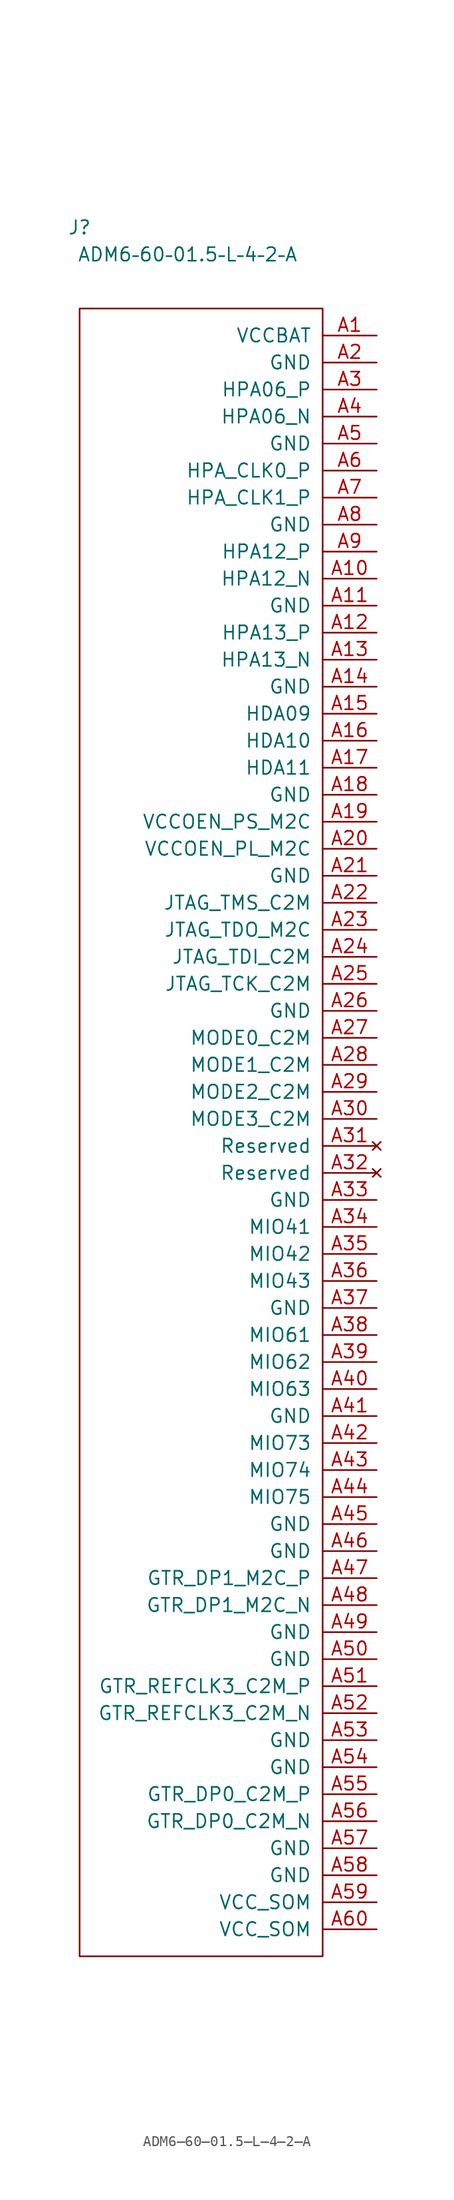
<source format=kicad_sym>
(kicad_symbol_lib
  (version 20211014)
  (generator kicad_symbol_editor)
  (symbol "ADM6–60–01.5–L–4–2–A"
    (pin_names
      (offset 1.016))
    (property "Reference" "J"
      (at -27.94 10.16 0)
      (effects (font (size 1.27 1.27))))
    (property "Value" "ADM6–60–01.5–L–4–2–A"
      (at -17.78 7.62 0)
      (effects (font (size 1.27 1.27))))
    (property "ki_locked" ""
      (at 0 0 0)
      (effects (font (size 1.27 1.27))))
    (symbol "ADM6–60–01.5–L–4–2–A_0_1"
      (rectangle (start -27.94 2.54) (end -5.08 -152.4) (stroke (width 0.152) (type default) (color 0 0 0 0)) (fill (type none))))
    (symbol "ADM6–60–01.5–L–4–2–A_1_1"
      (pin power_in line (at 0 0 180) (length 5.08) (name "VCCBAT" (effects (font (size 1.27 1.27)))) (number "A1" (effects (font (size 1.27 1.27)))))
      (pin bidirectional line (at 0 -22.86 180) (length 5.08) (name "HPA12_N" (effects (font (size 1.27 1.27)))) (number "A10" (effects (font (size 1.27 1.27)))))
      (pin power_in line (at 0 -25.4 180) (length 5.08) (name "GND" (effects (font (size 1.27 1.27)))) (number "A11" (effects (font (size 1.27 1.27)))))
      (pin bidirectional line (at 0 -27.94 180) (length 5.08) (name "HPA13_P" (effects (font (size 1.27 1.27)))) (number "A12" (effects (font (size 1.27 1.27)))))
      (pin bidirectional line (at 0 -30.48 180) (length 5.08) (name "HPA13_N" (effects (font (size 1.27 1.27)))) (number "A13" (effects (font (size 1.27 1.27)))))
      (pin power_in line (at 0 -33.02 180) (length 5.08) (name "GND" (effects (font (size 1.27 1.27)))) (number "A14" (effects (font (size 1.27 1.27)))))
      (pin bidirectional line (at 0 -35.56 180) (length 5.08) (name "HDA09" (effects (font (size 1.27 1.27)))) (number "A15" (effects (font (size 1.27 1.27)))))
      (pin bidirectional line (at 0 -38.1 180) (length 5.08) (name "HDA10" (effects (font (size 1.27 1.27)))) (number "A16" (effects (font (size 1.27 1.27)))))
      (pin bidirectional line (at 0 -40.64 180) (length 5.08) (name "HDA11" (effects (font (size 1.27 1.27)))) (number "A17" (effects (font (size 1.27 1.27)))))
      (pin power_in line (at 0 -43.18 180) (length 5.08) (name "GND" (effects (font (size 1.27 1.27)))) (number "A18" (effects (font (size 1.27 1.27)))))
      (pin output line (at 0 -45.72 180) (length 5.08) (name "VCCOEN_PS_M2C" (effects (font (size 1.27 1.27)))) (number "A19" (effects (font (size 1.27 1.27)))))
      (pin power_in line (at 0 -2.54 180) (length 5.08) (name "GND" (effects (font (size 1.27 1.27)))) (number "A2" (effects (font (size 1.27 1.27)))))
      (pin output line (at 0 -48.26 180) (length 5.08) (name "VCCOEN_PL_M2C" (effects (font (size 1.27 1.27)))) (number "A20" (effects (font (size 1.27 1.27)))))
      (pin power_in line (at 0 -50.8 180) (length 5.08) (name "GND" (effects (font (size 1.27 1.27)))) (number "A21" (effects (font (size 1.27 1.27)))))
      (pin input line (at 0 -53.34 180) (length 5.08) (name "JTAG_TMS_C2M" (effects (font (size 1.27 1.27)))) (number "A22" (effects (font (size 1.27 1.27)))))
      (pin output line (at 0 -55.88 180) (length 5.08) (name "JTAG_TDO_M2C" (effects (font (size 1.27 1.27)))) (number "A23" (effects (font (size 1.27 1.27)))))
      (pin input line (at 0 -58.42 180) (length 5.08) (name "JTAG_TDI_C2M" (effects (font (size 1.27 1.27)))) (number "A24" (effects (font (size 1.27 1.27)))))
      (pin input line (at 0 -60.96 180) (length 5.08) (name "JTAG_TCK_C2M" (effects (font (size 1.27 1.27)))) (number "A25" (effects (font (size 1.27 1.27)))))
      (pin power_in line (at 0 -63.5 180) (length 5.08) (name "GND" (effects (font (size 1.27 1.27)))) (number "A26" (effects (font (size 1.27 1.27)))))
      (pin input line (at 0 -66.04 180) (length 5.08) (name "MODE0_C2M" (effects (font (size 1.27 1.27)))) (number "A27" (effects (font (size 1.27 1.27)))))
      (pin input line (at 0 -68.58 180) (length 5.08) (name "MODE1_C2M" (effects (font (size 1.27 1.27)))) (number "A28" (effects (font (size 1.27 1.27)))))
      (pin input line (at 0 -71.12 180) (length 5.08) (name "MODE2_C2M" (effects (font (size 1.27 1.27)))) (number "A29" (effects (font (size 1.27 1.27)))))
      (pin bidirectional line (at 0 -5.08 180) (length 5.08) (name "HPA06_P" (effects (font (size 1.27 1.27)))) (number "A3" (effects (font (size 1.27 1.27)))))
      (pin input line (at 0 -73.66 180) (length 5.08) (name "MODE3_C2M" (effects (font (size 1.27 1.27)))) (number "A30" (effects (font (size 1.27 1.27)))))
      (pin no_connect line (at 0 -76.2 180) (length 5.08) (name "Reserved" (effects (font (size 1.27 1.27)))) (number "A31" (effects (font (size 1.27 1.27)))))
      (pin no_connect line (at 0 -78.74 180) (length 5.08) (name "Reserved" (effects (font (size 1.27 1.27)))) (number "A32" (effects (font (size 1.27 1.27)))))
      (pin power_in line (at 0 -81.28 180) (length 5.08) (name "GND" (effects (font (size 1.27 1.27)))) (number "A33" (effects (font (size 1.27 1.27)))))
      (pin bidirectional line (at 0 -83.82 180) (length 5.08) (name "MIO41" (effects (font (size 1.27 1.27)))) (number "A34" (effects (font (size 1.27 1.27)))))
      (pin bidirectional line (at 0 -86.36 180) (length 5.08) (name "MIO42" (effects (font (size 1.27 1.27)))) (number "A35" (effects (font (size 1.27 1.27)))))
      (pin bidirectional line (at 0 -88.9 180) (length 5.08) (name "MIO43" (effects (font (size 1.27 1.27)))) (number "A36" (effects (font (size 1.27 1.27)))))
      (pin power_in line (at 0 -91.44 180) (length 5.08) (name "GND" (effects (font (size 1.27 1.27)))) (number "A37" (effects (font (size 1.27 1.27)))))
      (pin bidirectional line (at 0 -93.98 180) (length 5.08) (name "MIO61" (effects (font (size 1.27 1.27)))) (number "A38" (effects (font (size 1.27 1.27)))))
      (pin bidirectional line (at 0 -96.52 180) (length 5.08) (name "MIO62" (effects (font (size 1.27 1.27)))) (number "A39" (effects (font (size 1.27 1.27)))))
      (pin bidirectional line (at 0 -7.62 180) (length 5.08) (name "HPA06_N" (effects (font (size 1.27 1.27)))) (number "A4" (effects (font (size 1.27 1.27)))))
      (pin bidirectional line (at 0 -99.06 180) (length 5.08) (name "MIO63" (effects (font (size 1.27 1.27)))) (number "A40" (effects (font (size 1.27 1.27)))))
      (pin power_in line (at 0 -101.6 180) (length 5.08) (name "GND" (effects (font (size 1.27 1.27)))) (number "A41" (effects (font (size 1.27 1.27)))))
      (pin bidirectional line (at 0 -104.14 180) (length 5.08) (name "MIO73" (effects (font (size 1.27 1.27)))) (number "A42" (effects (font (size 1.27 1.27)))))
      (pin bidirectional line (at 0 -106.68 180) (length 5.08) (name "MIO74" (effects (font (size 1.27 1.27)))) (number "A43" (effects (font (size 1.27 1.27)))))
      (pin bidirectional line (at 0 -109.22 180) (length 5.08) (name "MIO75" (effects (font (size 1.27 1.27)))) (number "A44" (effects (font (size 1.27 1.27)))))
      (pin power_in line (at 0 -111.76 180) (length 5.08) (name "GND" (effects (font (size 1.27 1.27)))) (number "A45" (effects (font (size 1.27 1.27)))))
      (pin power_in line (at 0 -114.3 180) (length 5.08) (name "GND" (effects (font (size 1.27 1.27)))) (number "A46" (effects (font (size 1.27 1.27)))))
      (pin output line (at 0 -116.84 180) (length 5.08) (name "GTR_DP1_M2C_P" (effects (font (size 1.27 1.27)))) (number "A47" (effects (font (size 1.27 1.27)))))
      (pin output line (at 0 -119.38 180) (length 5.08) (name "GTR_DP1_M2C_N" (effects (font (size 1.27 1.27)))) (number "A48" (effects (font (size 1.27 1.27)))))
      (pin power_in line (at 0 -121.92 180) (length 5.08) (name "GND" (effects (font (size 1.27 1.27)))) (number "A49" (effects (font (size 1.27 1.27)))))
      (pin power_in line (at 0 -10.16 180) (length 5.08) (name "GND" (effects (font (size 1.27 1.27)))) (number "A5" (effects (font (size 1.27 1.27)))))
      (pin power_in line (at 0 -124.46 180) (length 5.08) (name "GND" (effects (font (size 1.27 1.27)))) (number "A50" (effects (font (size 1.27 1.27)))))
      (pin input line (at 0 -127 180) (length 5.08) (name "GTR_REFCLK3_C2M_P" (effects (font (size 1.27 1.27)))) (number "A51" (effects (font (size 1.27 1.27)))))
      (pin input line (at 0 -129.54 180) (length 5.08) (name "GTR_REFCLK3_C2M_N" (effects (font (size 1.27 1.27)))) (number "A52" (effects (font (size 1.27 1.27)))))
      (pin power_in line (at 0 -132.08 180) (length 5.08) (name "GND" (effects (font (size 1.27 1.27)))) (number "A53" (effects (font (size 1.27 1.27)))))
      (pin power_in line (at 0 -134.62 180) (length 5.08) (name "GND" (effects (font (size 1.27 1.27)))) (number "A54" (effects (font (size 1.27 1.27)))))
      (pin input line (at 0 -137.16 180) (length 5.08) (name "GTR_DP0_C2M_P" (effects (font (size 1.27 1.27)))) (number "A55" (effects (font (size 1.27 1.27)))))
      (pin input line (at 0 -139.7 180) (length 5.08) (name "GTR_DP0_C2M_N" (effects (font (size 1.27 1.27)))) (number "A56" (effects (font (size 1.27 1.27)))))
      (pin power_in line (at 0 -142.24 180) (length 5.08) (name "GND" (effects (font (size 1.27 1.27)))) (number "A57" (effects (font (size 1.27 1.27)))))
      (pin power_in line (at 0 -144.78 180) (length 5.08) (name "GND" (effects (font (size 1.27 1.27)))) (number "A58" (effects (font (size 1.27 1.27)))))
      (pin power_in line (at 0 -147.32 180) (length 5.08) (name "VCC_SOM" (effects (font (size 1.27 1.27)))) (number "A59" (effects (font (size 1.27 1.27)))))
      (pin bidirectional line (at 0 -12.7 180) (length 5.08) (name "HPA_CLK0_P" (effects (font (size 1.27 1.27)))) (number "A6" (effects (font (size 1.27 1.27)))))
      (pin power_in line (at 0 -149.86 180) (length 5.08) (name "VCC_SOM" (effects (font (size 1.27 1.27)))) (number "A60" (effects (font (size 1.27 1.27)))))
      (pin bidirectional line (at 0 -15.24 180) (length 5.08) (name "HPA_CLK1_P" (effects (font (size 1.27 1.27)))) (number "A7" (effects (font (size 1.27 1.27)))))
      (pin power_in line (at 0 -17.78 180) (length 5.08) (name "GND" (effects (font (size 1.27 1.27)))) (number "A8" (effects (font (size 1.27 1.27)))))
      (pin bidirectional line (at 0 -20.32 180) (length 5.08) (name "HPA12_P" (effects (font (size 1.27 1.27)))) (number "A9" (effects (font (size 1.27 1.27))))))))
</source>
